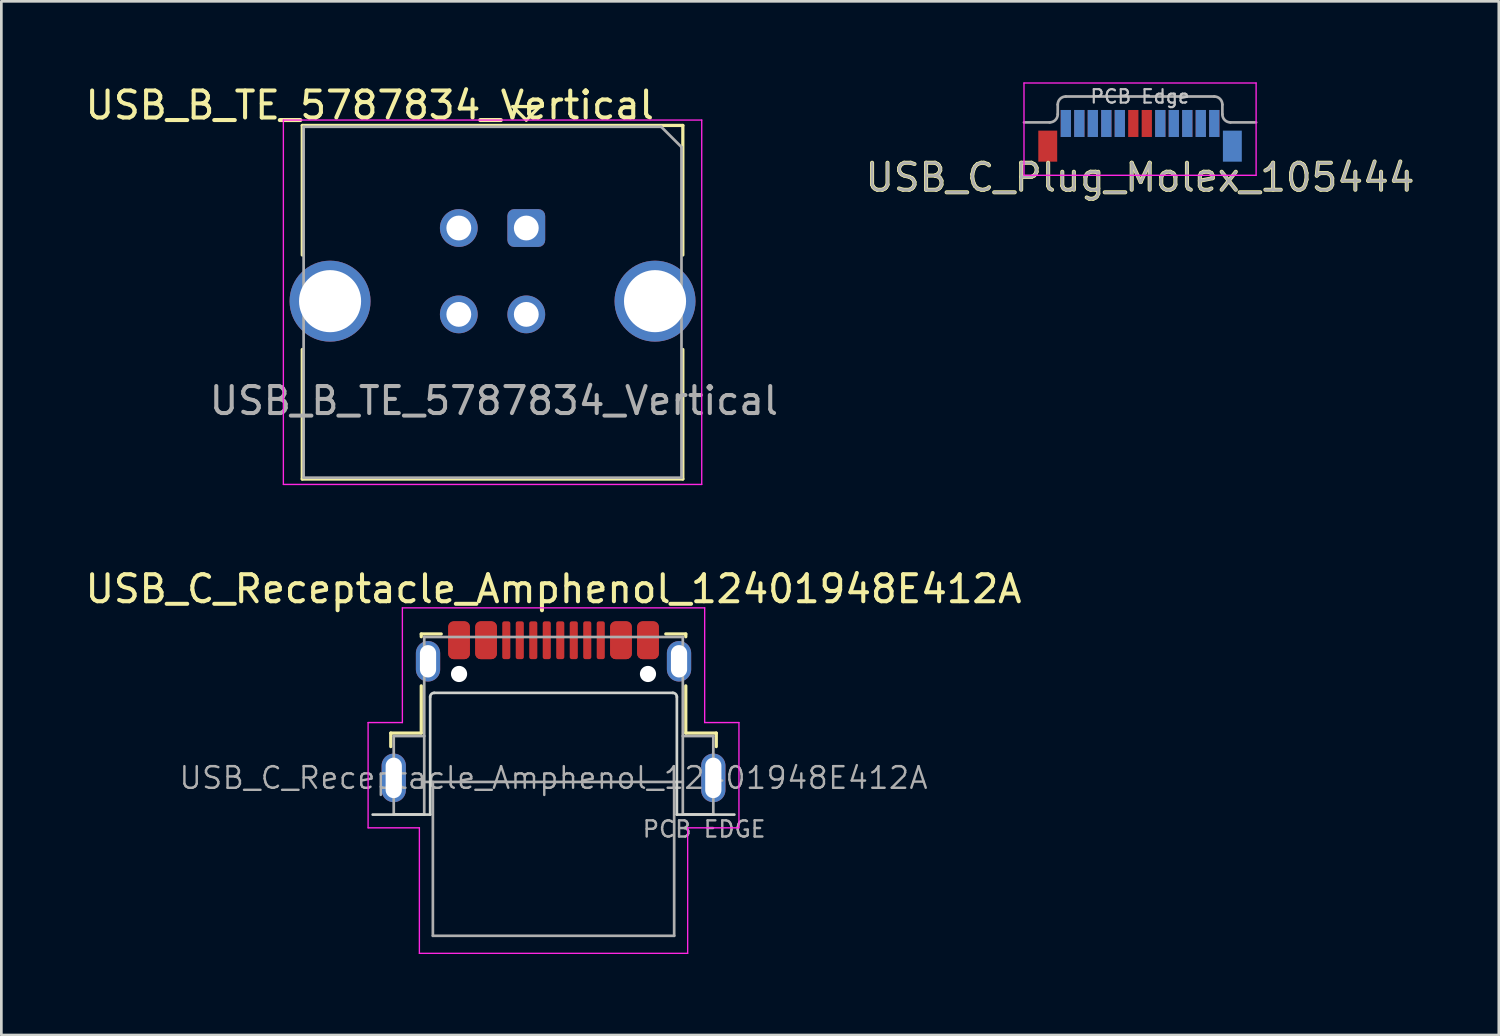
<source format=kicad_pcb>
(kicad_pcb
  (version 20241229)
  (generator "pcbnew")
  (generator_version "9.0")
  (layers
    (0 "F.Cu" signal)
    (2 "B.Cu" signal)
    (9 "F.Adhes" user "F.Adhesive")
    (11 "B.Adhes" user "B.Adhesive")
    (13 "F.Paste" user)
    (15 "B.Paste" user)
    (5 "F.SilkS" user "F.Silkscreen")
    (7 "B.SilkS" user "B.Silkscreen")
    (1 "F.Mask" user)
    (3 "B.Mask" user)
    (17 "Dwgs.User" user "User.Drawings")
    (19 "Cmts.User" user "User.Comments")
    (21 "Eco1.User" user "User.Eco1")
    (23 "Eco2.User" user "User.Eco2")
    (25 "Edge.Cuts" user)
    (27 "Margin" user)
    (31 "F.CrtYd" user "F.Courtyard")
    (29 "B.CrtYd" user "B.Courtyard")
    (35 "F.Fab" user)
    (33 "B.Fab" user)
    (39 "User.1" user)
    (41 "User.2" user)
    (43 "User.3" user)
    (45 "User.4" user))
  (footprint "USB_C_Receptacle_Amphenol_12401948E412A"
    (layer "F.Cu")
    (at 17.458 25.771)
    (property "Reference" "USB_C_Receptacle_Amphenol_12401948E412A" (at 0 -7 0) (layer "F.SilkS") (effects (font (size 1 1) (thickness 0.15))))
    (attr smd)
    (fp_line (start -6.03 -1.66) (end -6.03 -1.16) (stroke (width 0.12) (type default)) (layer "F.SilkS"))
    (fp_line (start -6.03 -1.66) (end -4.9 -1.66) (stroke (width 0.12) (type default)) (layer "F.SilkS"))
    (fp_line (start -4.9 -5.334) (end -4.16 -5.334) (stroke (width 0.12) (type default)) (layer "F.SilkS"))
    (fp_line (start -4.9 -5.33) (end -4.9 -5.23) (stroke (width 0.12) (type default)) (layer "F.SilkS"))
    (fp_line (start -4.9 -3.41) (end -4.9 -1.66) (stroke (width 0.12) (type default)) (layer "F.SilkS"))
    (fp_line (start 4.16 -5.334) (end 4.9 -5.334) (stroke (width 0.12) (type default)) (layer "F.SilkS"))
    (fp_line (start 4.9 -5.33) (end 4.9 -5.23) (stroke (width 0.12) (type default)) (layer "F.SilkS"))
    (fp_line (start 4.9 -3.41) (end 4.9 -1.66) (stroke (width 0.12) (type default)) (layer "F.SilkS"))
    (fp_line (start 4.9 -1.66) (end 6.03 -1.66) (stroke (width 0.12) (type default)) (layer "F.SilkS"))
    (fp_line (start 6.03 -1.16) (end 6.03 -1.66) (stroke (width 0.12) (type default)) (layer "F.SilkS"))
    (fp_line (start -6.7 1.36) (end -4.57 1.36) (stroke (width 0.1) (type default)) (layer "Edge.Cuts"))
    (fp_line (start -4.57 -3) (end -4.57 1.36) (stroke (width 0.1) (type default)) (layer "Edge.Cuts"))
    (fp_line (start -4.42 -3.15) (end 4.42 -3.15) (stroke (width 0.1) (type default)) (layer "Edge.Cuts"))
    (fp_line (start 4.57 -3) (end 4.57 1.36) (stroke (width 0.1) (type default)) (layer "Edge.Cuts"))
    (fp_line (start 4.57 1.36) (end 6.7 1.36) (stroke (width 0.1) (type default)) (layer "Edge.Cuts"))
    (fp_arc (start -4.57 -3) (mid -4.526066 -3.106066) (end -4.42 -3.15) (stroke (width 0.1) (type default)) (layer "Edge.Cuts"))
    (fp_arc (start 4.42 -3.15) (mid 4.526066 -3.106066) (end 4.57 -3) (stroke (width 0.1) (type default)) (layer "Edge.Cuts"))
    (fp_line (start -6.87 -2.05) (end -6.87 1.85) (stroke (width 0.05) (type default)) (layer "F.CrtYd"))
    (fp_line (start -6.87 -2.05) (end -5.6 -2.05) (stroke (width 0.05) (type default)) (layer "F.CrtYd"))
    (fp_line (start -6.87 1.85) (end -4.97 1.85) (stroke (width 0.05) (type default)) (layer "F.CrtYd"))
    (fp_line (start -5.6 -6.3) (end -5.6 -2.05) (stroke (width 0.05) (type default)) (layer "F.CrtYd"))
    (fp_line (start -5.6 -6.3) (end 5.6 -6.3) (stroke (width 0.05) (type default)) (layer "F.CrtYd"))
    (fp_line (start -4.97 1.85) (end -4.97 6.5) (stroke (width 0.05) (type default)) (layer "F.CrtYd"))
    (fp_line (start -4.97 6.5) (end 4.97 6.5) (stroke (width 0.05) (type default)) (layer "F.CrtYd"))
    (fp_line (start 4.97 1.85) (end 4.97 6.5) (stroke (width 0.05) (type default)) (layer "F.CrtYd"))
    (fp_line (start 5.6 -6.3) (end 5.6 -2.05) (stroke (width 0.05) (type default)) (layer "F.CrtYd"))
    (fp_line (start 5.6 -2.05) (end 6.87 -2.05) (stroke (width 0.05) (type default)) (layer "F.CrtYd"))
    (fp_line (start 6.87 -2.05) (end 6.87 1.85) (stroke (width 0.05) (type default)) (layer "F.CrtYd"))
    (fp_line (start 6.87 1.85) (end 4.97 1.85) (stroke (width 0.05) (type default)) (layer "F.CrtYd"))
    (fp_line (start -5.92 -1.55) (end -5.92 1.35) (stroke (width 0.1) (type default)) (layer "F.Fab"))
    (fp_line (start -5.92 -1.55) (end -4.79 -1.55) (stroke (width 0.1) (type default)) (layer "F.Fab"))
    (fp_line (start -5.92 1.35) (end -4.79 1.35) (stroke (width 0.1) (type default)) (layer "F.Fab"))
    (fp_line (start -4.79 -5.22) (end -4.79 1.35) (stroke (width 0.1) (type default)) (layer "F.Fab"))
    (fp_line (start -4.79 -5.22) (end 4.79 -5.22) (stroke (width 0.1) (type default)) (layer "F.Fab"))
    (fp_line (start -4.79 0.15) (end 4.79 0.15) (stroke (width 0.1) (type default)) (layer "F.Fab"))
    (fp_line (start -4.47 5.85) (end -4.47 0.15) (stroke (width 0.1) (type default)) (layer "F.Fab"))
    (fp_line (start -4.47 5.85) (end 4.47 5.85) (stroke (width 0.1) (type default)) (layer "F.Fab"))
    (fp_line (start 4.47 5.85) (end 4.47 0.15) (stroke (width 0.1) (type default)) (layer "F.Fab"))
    (fp_line (start 4.79 -5.22) (end 4.79 1.35) (stroke (width 0.1) (type default)) (layer "F.Fab"))
    (fp_line (start 4.79 -1.55) (end 5.92 -1.55) (stroke (width 0.1) (type default)) (layer "F.Fab"))
    (fp_line (start 4.79 1.35) (end 5.92 1.35) (stroke (width 0.1) (type default)) (layer "F.Fab"))
    (fp_line (start 5.92 -1.55) (end 5.92 1.35) (stroke (width 0.1) (type default)) (layer "F.Fab"))
    (fp_text user "PCB EDGE" (at 3.25 2.25 0) (layer "F.Fab") (effects (font (size 0.6 0.6) (thickness 0.09)) (justify left bottom)))
    (fp_text user "${REFERENCE}" (at 0 0 0) (layer "F.Fab") (effects (font (size 0.8 0.8) (thickness 0.09))))
    (pad "" np_thru_hole circle (at -3.5 -3.85) (size 0.6 0.6) (drill 0.6) (layers "*.Cu" "*.Mask"))
    (pad "" np_thru_hole circle (at 3.5 -3.85) (size 0.6 0.6) (drill 0.6) (layers "*.Cu" "*.Mask"))
    (pad "A1" smd roundrect (at -3.5 -5.1) (size 0.8 1.4) (layers "F.Cu" "F.Mask" "F.Paste") (roundrect_rratio 0.25))
    (pad "A4" smd roundrect (at -2.5 -5.1) (size 0.8 1.4) (layers "F.Cu" "F.Mask" "F.Paste") (roundrect_rratio 0.25))
    (pad "A5" smd roundrect (at -1.25 -5.1) (size 0.3 1.4) (layers "F.Cu" "F.Mask" "F.Paste") (roundrect_rratio 0.25))
    (pad "A6" smd roundrect (at -0.25 -5.1) (size 0.3 1.4) (layers "F.Cu" "F.Mask" "F.Paste") (roundrect_rratio 0.25))
    (pad "A7" smd roundrect (at 0.25 -5.1) (size 0.3 1.4) (layers "F.Cu" "F.Mask" "F.Paste") (roundrect_rratio 0.25))
    (pad "A8" smd roundrect (at 1.25 -5.1) (size 0.3 1.4) (layers "F.Cu" "F.Mask" "F.Paste") (roundrect_rratio 0.25))
    (pad "A9" smd roundrect (at 2.5 -5.1) (size 0.8 1.4) (layers "F.Cu" "F.Mask" "F.Paste") (roundrect_rratio 0.25))
    (pad "A12" smd roundrect (at 3.5 -5.1) (size 0.8 1.4) (layers "F.Cu" "F.Mask" "F.Paste") (roundrect_rratio 0.25))
    (pad "B1" smd roundrect (at 3.5 -5.1) (size 0.8 1.4) (layers "F.Cu" "F.Mask" "F.Paste") (roundrect_rratio 0.25))
    (pad "B4" smd roundrect (at 2.5 -5.1) (size 0.8 1.4) (layers "F.Cu" "F.Mask" "F.Paste") (roundrect_rratio 0.25))
    (pad "B5" smd roundrect (at 1.75 -5.1) (size 0.3 1.4) (layers "F.Cu" "F.Mask" "F.Paste") (roundrect_rratio 0.25))
    (pad "B6" smd roundrect (at 0.75 -5.1) (size 0.3 1.4) (layers "F.Cu" "F.Mask" "F.Paste") (roundrect_rratio 0.25))
    (pad "B7" smd roundrect (at -0.75 -5.1) (size 0.3 1.4) (layers "F.Cu" "F.Mask" "F.Paste") (roundrect_rratio 0.25))
    (pad "B8" smd roundrect (at -1.75 -5.1) (size 0.3 1.4) (layers "F.Cu" "F.Mask" "F.Paste") (roundrect_rratio 0.25))
    (pad "B9" smd roundrect (at -2.5 -5.1) (size 0.8 1.4) (layers "F.Cu" "F.Mask" "F.Paste") (roundrect_rratio 0.25))
    (pad "B12" smd roundrect (at -3.5 -5.1) (size 0.8 1.4) (layers "F.Cu" "F.Mask" "F.Paste") (roundrect_rratio 0.25))
    (pad "SH" thru_hole oval (at -5.92 0) (size 0.9 1.8) (drill oval 0.6 1.5) (property pad_prop_mechanical) (layers "*.Cu" "*.Mask"))
    (pad "SH" thru_hole oval (at -4.65 -4.32) (size 0.9 1.5) (drill oval 0.6 1.2) (property pad_prop_mechanical) (layers "*.Cu" "*.Mask"))
    (pad "SH" thru_hole oval (at 4.65 -4.32) (size 0.9 1.5) (drill oval 0.6 1.2) (property pad_prop_mechanical) (layers "*.Cu" "*.Mask"))
    (pad "SH" thru_hole oval (at 5.92 0) (size 0.9 1.8) (drill oval 0.6 1.5) (property pad_prop_mechanical) (layers "*.Cu" "*.Mask")))
  (footprint "USB_B_TE_5787834_Vertical"
    (layer "F.Cu")
    (at 16.449 5.398)
    (property "Reference" "USB_B_TE_5787834_Vertical" (at -5.8 -4.55 0) (layer "F.SilkS") (effects (font (size 1 1) (thickness 0.15))))
    (attr through_hole)
    (fp_line (start -8.3 -3.8) (end 5.8 -3.8) (stroke (width 0.12) (type solid)) (layer "F.SilkS"))
    (fp_line (start -8.3 1) (end -8.3 -3.8) (stroke (width 0.12) (type solid)) (layer "F.SilkS"))
    (fp_line (start -8.3 9.3) (end -8.3 4.5) (stroke (width 0.12) (type solid)) (layer "F.SilkS"))
    (fp_line (start -0.5 -4.5) (end 0 -4) (stroke (width 0.12) (type solid)) (layer "F.SilkS"))
    (fp_line (start 0 -4) (end 0.5 -4.5) (stroke (width 0.12) (type solid)) (layer "F.SilkS"))
    (fp_line (start 0.5 -4.5) (end -0.5 -4.5) (stroke (width 0.12) (type solid)) (layer "F.SilkS"))
    (fp_line (start 5.8 -3.8) (end 5.8 1) (stroke (width 0.12) (type solid)) (layer "F.SilkS"))
    (fp_line (start 5.8 4.5) (end 5.8 9.3) (stroke (width 0.12) (type solid)) (layer "F.SilkS"))
    (fp_line (start 5.8 9.3) (end -8.3 9.3) (stroke (width 0.12) (type solid)) (layer "F.SilkS"))
    (fp_line (start -9 -4) (end -9 9.5) (stroke (width 0.05) (type solid)) (layer "F.CrtYd"))
    (fp_line (start -9 -4) (end 6.5 -4) (stroke (width 0.05) (type solid)) (layer "F.CrtYd"))
    (fp_line (start 6.5 9.5) (end -9 9.5) (stroke (width 0.05) (type solid)) (layer "F.CrtYd"))
    (fp_line (start 6.5 9.5) (end 6.5 -4) (stroke (width 0.05) (type solid)) (layer "F.CrtYd"))
    (fp_line (start -8.25 -3.75) (end 5 -3.75) (stroke (width 0.1) (type solid)) (layer "F.Fab"))
    (fp_line (start -8.25 9.25) (end -8.25 -3.75) (stroke (width 0.1) (type solid)) (layer "F.Fab"))
    (fp_line (start 5 -3.75) (end 5.75 -3) (stroke (width 0.1) (type solid)) (layer "F.Fab"))
    (fp_line (start 5.75 -3) (end 5.75 9.25) (stroke (width 0.1) (type solid)) (layer "F.Fab"))
    (fp_line (start 5.75 9.25) (end -8.25 9.25) (stroke (width 0.1) (type solid)) (layer "F.Fab"))
    (fp_text user "${REFERENCE}" (at -1.2 6.4 0) (layer "F.Fab") (effects (font (size 1 1) (thickness 0.15))))
    (pad "1" thru_hole roundrect (at 0 0) (size 1.4 1.4) (drill 0.92) (layers "*.Cu" "*.Mask") (roundrect_rratio 0.179))
    (pad "2" thru_hole circle (at -2.5 0) (size 1.4 1.4) (drill 0.92) (layers "*.Cu" "*.Mask"))
    (pad "3" thru_hole circle (at -2.5 3.2) (size 1.4 1.4) (drill 0.92) (layers "*.Cu" "*.Mask"))
    (pad "4" thru_hole circle (at 0 3.2) (size 1.4 1.4) (drill 0.92) (layers "*.Cu" "*.Mask"))
    (pad "SH" thru_hole circle (at -7.27 2.71) (size 3 3) (drill 2.3) (layers "*.Cu" "*.Mask"))
    (pad "SH" thru_hole circle (at 4.77 2.71) (size 3 3) (drill 2.3) (layers "*.Cu" "*.Mask")))
  (footprint "USB_C_Plug_Molex_105444"
    (layer "F.Cu")
    (at 39.189 1.485)
    (property "Reference" "USB_C_Plug_Molex_105444" (at 0 2.04 0) (layer "F.SilkS") (effects (font (size 1 1) (thickness 0.15))))
    (attr smd)
    (fp_line (start -4.3 1.96) (end -4.3 -1.46) (stroke (width 0.05) (type solid)) (layer "F.CrtYd"))
    (fp_line (start 4.3 -1.46) (end -4.3 -1.46) (stroke (width 0.05) (type solid)) (layer "F.CrtYd"))
    (fp_line (start 4.3 1.96) (end -4.3 1.96) (stroke (width 0.05) (type solid)) (layer "F.CrtYd"))
    (fp_line (start 4.3 1.96) (end 4.3 -1.46) (stroke (width 0.05) (type solid)) (layer "F.CrtYd"))
    (fp_line (start -3.35 0) (end -4.3 0) (stroke (width 0.1) (type solid)) (layer "F.Fab"))
    (fp_line (start -3.05 -0.66) (end -3.05 -0.3) (stroke (width 0.1) (type solid)) (layer "F.Fab"))
    (fp_line (start -2.75 -0.96) (end 2.75 -0.96) (stroke (width 0.1) (type solid)) (layer "F.Fab"))
    (fp_line (start 3.05 -0.66) (end 3.05 -0.3) (stroke (width 0.1) (type solid)) (layer "F.Fab"))
    (fp_line (start 3.35 0) (end 4.3 0) (stroke (width 0.1) (type solid)) (layer "F.Fab"))
    (fp_arc (start -3.05 -0.66) (mid -2.962132 -0.872132) (end -2.75 -0.96) (stroke (width 0.1) (type solid)) (layer "F.Fab"))
    (fp_arc (start -3.05 -0.3) (mid -3.137868 -0.087868) (end -3.35 0) (stroke (width 0.1) (type solid)) (layer "F.Fab"))
    (fp_arc (start 2.75 -0.96) (mid 2.962132 -0.872132) (end 3.05 -0.66) (stroke (width 0.1) (type solid)) (layer "F.Fab"))
    (fp_arc (start 3.35 0) (mid 3.137868 -0.087868) (end 3.05 -0.3) (stroke (width 0.1) (type solid)) (layer "F.Fab"))
    (fp_text user "PCB Edge" (at 0 -0.96 0) (layer "Dwgs.User") (effects (font (size 0.5 0.5) (thickness 0.08))))
    (fp_text user "${REFERENCE}" (at 0 2.04 0) (layer "F.Fab") (effects (font (size 1 1) (thickness 0.1))))
    (pad "A1" smd rect (at -2.75 0.04) (size 0.38 1) (layers "F.Cu" "F.Mask" "F.Paste"))
    (pad "A2" smd rect (at -2.25 0.04) (size 0.38 1) (layers "F.Cu" "F.Mask" "F.Paste"))
    (pad "A3" smd rect (at -1.75 0.04) (size 0.38 1) (layers "F.Cu" "F.Mask" "F.Paste"))
    (pad "A4" smd rect (at -1.25 0.04) (size 0.38 1) (layers "F.Cu" "F.Mask" "F.Paste"))
    (pad "A5" smd rect (at -0.75 0.04) (size 0.38 1) (layers "F.Cu" "F.Mask" "F.Paste"))
    (pad "A6" smd rect (at -0.25 0.04) (size 0.38 1) (layers "F.Cu" "F.Mask" "F.Paste"))
    (pad "A7" smd rect (at 0.25 0.04) (size 0.38 1) (layers "F.Cu" "F.Mask" "F.Paste"))
    (pad "A8" smd rect (at 0.75 0.04) (size 0.38 1) (layers "F.Cu" "F.Mask" "F.Paste"))
    (pad "A9" smd rect (at 1.25 0.04) (size 0.38 1) (layers "F.Cu" "F.Mask" "F.Paste"))
    (pad "A10" smd rect (at 1.75 0.04) (size 0.38 1) (layers "F.Cu" "F.Mask" "F.Paste"))
    (pad "A11" smd rect (at 2.25 0.04) (size 0.38 1) (layers "F.Cu" "F.Mask" "F.Paste"))
    (pad "A12" smd rect (at 2.75 0.04) (size 0.38 1) (layers "F.Cu" "F.Mask" "F.Paste"))
    (pad "B1" smd rect (at 2.75 0.04) (size 0.38 1) (layers "B.Cu" "B.Mask" "B.Paste"))
    (pad "B2" smd rect (at 2.25 0.04) (size 0.38 1) (layers "B.Cu" "B.Mask" "B.Paste"))
    (pad "B3" smd rect (at 1.75 0.04) (size 0.38 1) (layers "B.Cu" "B.Mask" "B.Paste"))
    (pad "B4" smd rect (at 1.25 0.04) (size 0.38 1) (layers "B.Cu" "B.Mask" "B.Paste"))
    (pad "B5" smd rect (at 0.75 0.04) (size 0.38 1) (layers "B.Cu" "B.Mask" "B.Paste"))
    (pad "B8" smd rect (at -0.75 0.04) (size 0.38 1) (layers "B.Cu" "B.Mask" "B.Paste"))
    (pad "B9" smd rect (at -1.25 0.04) (size 0.38 1) (layers "B.Cu" "B.Mask" "B.Paste"))
    (pad "B10" smd rect (at -1.75 0.04) (size 0.38 1) (layers "B.Cu" "B.Mask" "B.Paste"))
    (pad "B11" smd rect (at -2.25 0.04) (size 0.38 1) (layers "B.Cu" "B.Mask" "B.Paste"))
    (pad "B12" smd rect (at -2.75 0.04) (size 0.38 1) (layers "B.Cu" "B.Mask" "B.Paste"))
    (pad "SH" smd rect (at -3.42 0.88) (size 0.7 1.15) (layers "F.Cu" "F.Mask" "F.Paste"))
    (pad "SH" smd rect (at 3.42 0.88) (size 0.7 1.15) (layers "B.Cu" "B.Mask" "B.Paste")))
  (gr_rect
    (start -3 -3)
    (end 52.481 35.297)
    (stroke (width 0.1) (type default))
    (fill no)
    (layer "Edge.Cuts")))
</source>
